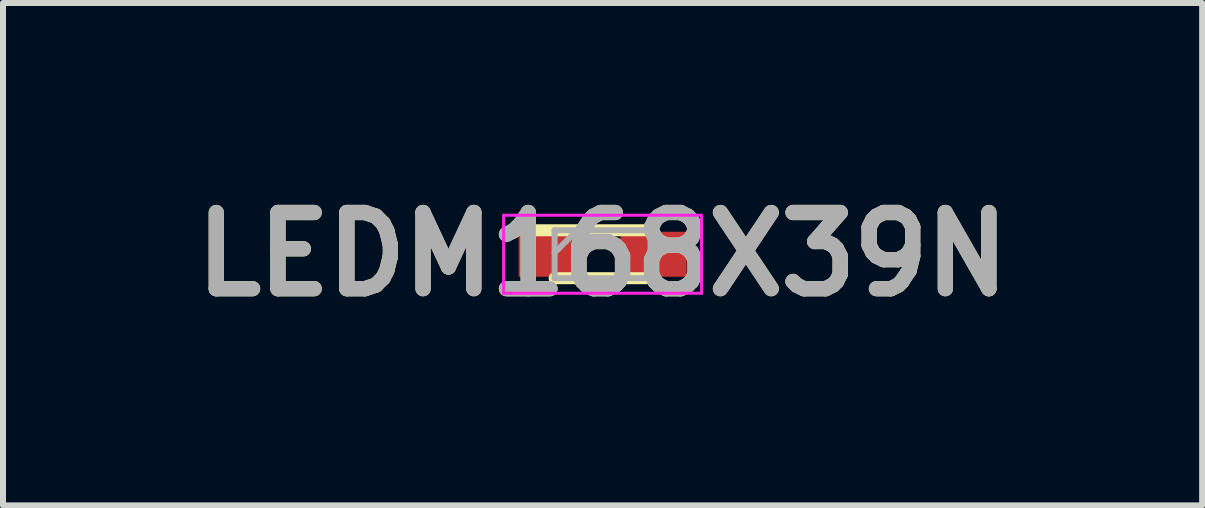
<source format=kicad_pcb>
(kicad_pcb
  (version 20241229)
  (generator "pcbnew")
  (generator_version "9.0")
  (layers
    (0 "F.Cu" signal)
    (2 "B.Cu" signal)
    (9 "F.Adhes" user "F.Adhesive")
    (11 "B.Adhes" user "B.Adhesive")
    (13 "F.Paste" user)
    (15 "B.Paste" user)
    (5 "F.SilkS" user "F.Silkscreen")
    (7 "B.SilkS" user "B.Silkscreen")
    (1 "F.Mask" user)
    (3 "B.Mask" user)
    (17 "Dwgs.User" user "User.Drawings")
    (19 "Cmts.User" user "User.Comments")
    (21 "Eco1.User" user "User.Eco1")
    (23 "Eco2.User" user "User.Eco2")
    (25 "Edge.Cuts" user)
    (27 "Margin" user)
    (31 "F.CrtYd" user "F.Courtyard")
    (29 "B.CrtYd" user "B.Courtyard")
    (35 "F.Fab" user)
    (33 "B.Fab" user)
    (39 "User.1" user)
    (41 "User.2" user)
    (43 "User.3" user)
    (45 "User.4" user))
  (footprint "LEDM168X39N"
    (layer "F.Cu")
    (at 6.997 1.189)
    (property "Reference" "LEDM168X39N" (at 0 0 0) (layer "F.SilkS") (effects (font (size 1.27 1.27) (thickness 0.254))))
    (attr smd)
    (fp_line (start -0.8 0.4) (end 0.8 0.4) (stroke (width 0.2) (type solid)) (layer "F.SilkS"))
    (fp_line (start 0.8 -0.4) (end -1.225 -0.4) (stroke (width 0.2) (type solid)) (layer "F.SilkS"))
    (fp_line (start -1.65 -0.65) (end 1.65 -0.65) (stroke (width 0.05) (type solid)) (layer "F.CrtYd"))
    (fp_line (start -1.65 0.65) (end -1.65 -0.65) (stroke (width 0.05) (type solid)) (layer "F.CrtYd"))
    (fp_line (start 1.65 -0.65) (end 1.65 0.65) (stroke (width 0.05) (type solid)) (layer "F.CrtYd"))
    (fp_line (start 1.65 0.65) (end -1.65 0.65) (stroke (width 0.05) (type solid)) (layer "F.CrtYd"))
    (fp_line (start -0.8 -0.4) (end 0.8 -0.4) (stroke (width 0.1) (type solid)) (layer "F.Fab"))
    (fp_line (start -0.8 -0.025) (end -0.425 -0.4) (stroke (width 0.1) (type solid)) (layer "F.Fab"))
    (fp_line (start -0.8 0.4) (end -0.8 -0.4) (stroke (width 0.1) (type solid)) (layer "F.Fab"))
    (fp_line (start 0.8 -0.4) (end 0.8 0.4) (stroke (width 0.1) (type solid)) (layer "F.Fab"))
    (fp_line (start 0.8 0.4) (end -0.8 0.4) (stroke (width 0.1) (type solid)) (layer "F.Fab"))
    (fp_text user "${REFERENCE}" (at 0 0 0) (layer "F.Fab") (effects (font (size 1.27 1.27) (thickness 0.254))))
    (pad "1" smd rect (at -0.85 0 90) (size 0.75 1.1) (layers "F.Cu" "F.Mask" "F.Paste"))
    (pad "2" smd rect (at 0.85 0 90) (size 0.75 1.1) (layers "F.Cu" "F.Mask" "F.Paste")))
  (gr_rect
    (start -3 -3)
    (end 16.994 5.377)
    (stroke (width 0.1) (type default))
    (fill no)
    (layer "Edge.Cuts")))
</source>
